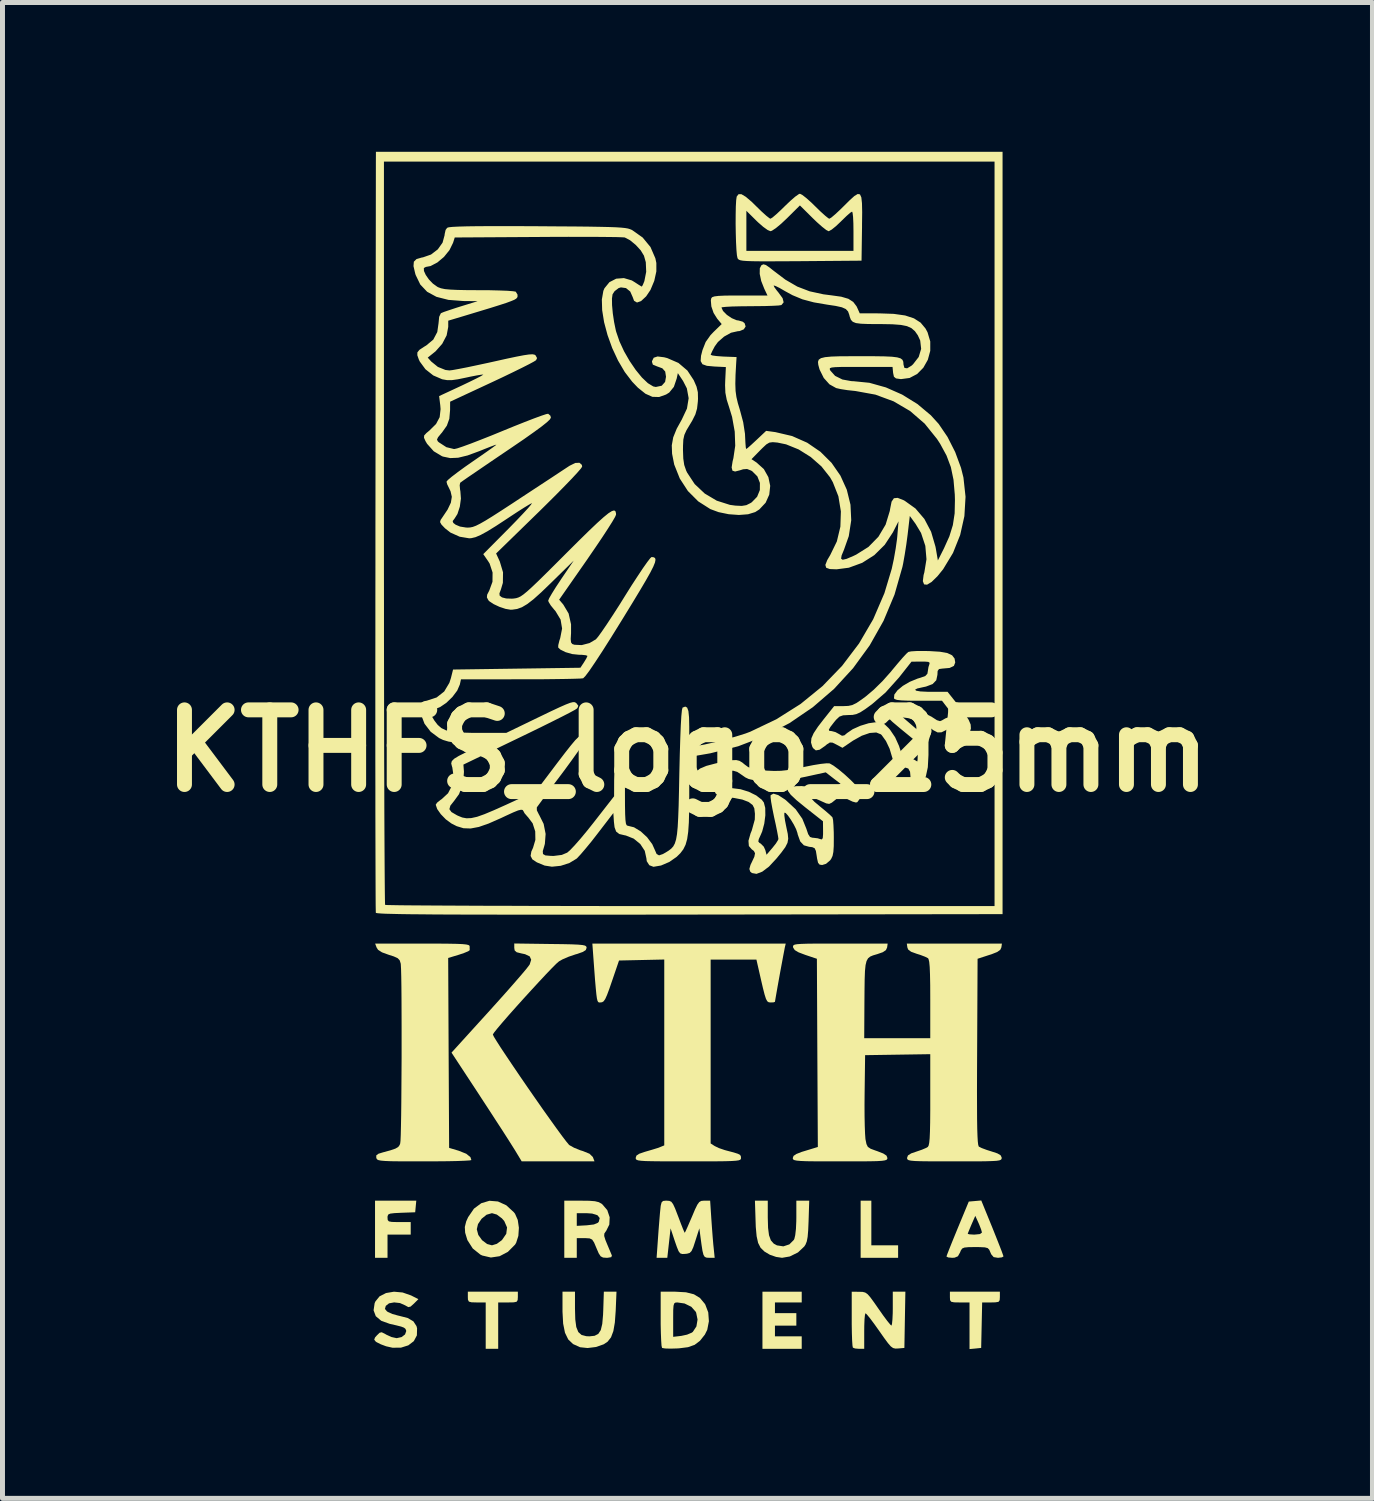
<source format=kicad_pcb>
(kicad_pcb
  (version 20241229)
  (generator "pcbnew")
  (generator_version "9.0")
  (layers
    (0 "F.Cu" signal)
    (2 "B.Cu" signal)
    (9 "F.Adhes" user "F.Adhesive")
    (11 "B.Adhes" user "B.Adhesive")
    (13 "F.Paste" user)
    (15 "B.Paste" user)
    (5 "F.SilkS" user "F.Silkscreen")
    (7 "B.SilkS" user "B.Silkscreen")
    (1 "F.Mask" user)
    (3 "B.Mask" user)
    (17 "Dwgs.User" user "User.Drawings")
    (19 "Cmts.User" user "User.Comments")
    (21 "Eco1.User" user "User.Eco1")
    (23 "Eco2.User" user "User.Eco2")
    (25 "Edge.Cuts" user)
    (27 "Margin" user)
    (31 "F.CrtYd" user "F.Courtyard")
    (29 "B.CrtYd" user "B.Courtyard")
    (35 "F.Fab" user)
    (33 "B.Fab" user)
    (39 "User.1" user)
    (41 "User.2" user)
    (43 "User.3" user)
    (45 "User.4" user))
  (footprint "KTHFS_logo_25mm"
    (layer "F.Cu")
    (at 10.764 12.036)
    (property "Reference" "KTHFS_logo_25mm" (at 0 0 0) (layer "F.SilkS") (effects (font (size 1.5 1.5) (thickness 0.3))))
    (attr board_only exclude_from_pos_files exclude_from_bom)
    (fp_poly (pts (xy 3.695 9.489) (xy 3.695 9.938) (xy 3.964 9.938) (xy 4.233 9.938) (xy 4.233 10.063) (xy 4.233 10.189) (xy 3.857 10.189) (xy 3.48 10.189) (xy 3.48 9.615) (xy 3.48 9.041) (xy 3.588 9.041) (xy 3.695 9.041)) (stroke (width 0) (type solid)) (fill yes) (layer "F.SilkS"))
    (fp_poly (pts (xy -3.408 10.978) (xy -3.412 11.039) (xy -3.433 11.072) (xy -3.491 11.084) (xy -3.602 11.086) (xy -3.606 11.086) (xy -3.803 11.086) (xy -3.803 11.552) (xy -3.803 12.018) (xy -3.928 12.018) (xy -4.054 12.018) (xy -4.054 11.552) (xy -4.054 11.086) (xy -4.233 11.086) (xy -4.34 11.083) (xy -4.392 11.069) (xy -4.411 11.031) (xy -4.413 10.978) (xy -4.413 10.87) (xy -3.91 10.87) (xy -3.408 10.87)) (stroke (width 0) (type solid)) (fill yes) (layer "F.SilkS"))
    (fp_poly (pts (xy 6.278 10.978) (xy 6.274 11.042) (xy 6.25 11.074) (xy 6.187 11.084) (xy 6.1 11.086) (xy 5.922 11.086) (xy 5.912 11.543) (xy 5.902 12) (xy 5.785 12.012) (xy 5.668 12.023) (xy 5.668 11.554) (xy 5.668 11.086) (xy 5.471 11.086) (xy 5.358 11.084) (xy 5.3 11.072) (xy 5.277 11.04) (xy 5.274 10.98) (xy 5.274 10.978) (xy 5.274 10.87) (xy 5.776 10.87) (xy 6.278 10.87)) (stroke (width 0) (type solid)) (fill yes) (layer "F.SilkS"))
    (fp_poly (pts (xy 2.296 10.978) (xy 2.296 11.086) (xy 2.027 11.086) (xy 1.758 11.086) (xy 1.758 11.193) (xy 1.758 11.301) (xy 1.973 11.301) (xy 2.188 11.301) (xy 2.188 11.426) (xy 2.188 11.552) (xy 1.973 11.552) (xy 1.758 11.552) (xy 1.758 11.66) (xy 1.758 11.767) (xy 2.027 11.767) (xy 2.296 11.767) (xy 2.296 11.893) (xy 2.296 12.018) (xy 1.901 12.018) (xy 1.507 12.018) (xy 1.507 11.444) (xy 1.507 10.87) (xy 1.901 10.87) (xy 2.296 10.87)) (stroke (width 0) (type solid)) (fill yes) (layer "F.SilkS"))
    (fp_poly (pts (xy -5.46 9.157) (xy -5.471 9.274) (xy -5.749 9.284) (xy -5.889 9.291) (xy -5.972 9.301) (xy -6.012 9.319) (xy -6.026 9.352) (xy -6.027 9.383) (xy -6.023 9.43) (xy -5.999 9.457) (xy -5.94 9.468) (xy -5.829 9.471) (xy -5.794 9.471) (xy -5.561 9.471) (xy -5.561 9.597) (xy -5.561 9.722) (xy -5.794 9.722) (xy -6.027 9.722) (xy -6.027 9.956) (xy -6.027 10.189) (xy -6.153 10.189) (xy -6.278 10.189) (xy -6.278 9.615) (xy -6.278 9.041) (xy -5.863 9.041) (xy -5.449 9.041)) (stroke (width 0) (type solid)) (fill yes) (layer "F.SilkS"))
    (fp_poly (pts (xy -2.26 11.214) (xy -2.254 11.428) (xy -2.234 11.58) (xy -2.193 11.681) (xy -2.128 11.739) (xy -2.033 11.764) (xy -1.97 11.767) (xy -1.866 11.756) (xy -1.792 11.718) (xy -1.742 11.642) (xy -1.712 11.518) (xy -1.696 11.337) (xy -1.692 11.243) (xy -1.68 10.87) (xy -1.553 10.87) (xy -1.426 10.87) (xy -1.442 11.256) (xy -1.459 11.489) (xy -1.489 11.662) (xy -1.536 11.787) (xy -1.604 11.874) (xy -1.683 11.927) (xy -1.837 11.981) (xy -2.007 12.002) (xy -2.157 11.986) (xy -2.165 11.983) (xy -2.299 11.922) (xy -2.396 11.829) (xy -2.461 11.695) (xy -2.498 11.511) (xy -2.511 11.268) (xy -2.511 11.23) (xy -2.511 10.87) (xy -2.386 10.87) (xy -2.26 10.87)) (stroke (width 0) (type solid)) (fill yes) (layer "F.SilkS"))
    (fp_poly (pts (xy 1.614 9.38) (xy 1.62 9.588) (xy 1.639 9.736) (xy 1.676 9.838) (xy 1.734 9.904) (xy 1.798 9.939) (xy 1.927 9.959) (xy 2.048 9.919) (xy 2.137 9.83) (xy 2.148 9.808) (xy 2.166 9.733) (xy 2.18 9.609) (xy 2.187 9.455) (xy 2.188 9.38) (xy 2.188 9.041) (xy 2.318 9.041) (xy 2.447 9.041) (xy 2.434 9.451) (xy 2.426 9.638) (xy 2.415 9.769) (xy 2.398 9.859) (xy 2.372 9.924) (xy 2.347 9.962) (xy 2.221 10.081) (xy 2.057 10.162) (xy 1.901 10.189) (xy 1.781 10.171) (xy 1.66 10.129) (xy 1.653 10.126) (xy 1.546 10.062) (xy 1.47 9.988) (xy 1.42 9.89) (xy 1.39 9.755) (xy 1.373 9.569) (xy 1.369 9.451) (xy 1.356 9.041) (xy 1.485 9.041) (xy 1.614 9.041)) (stroke (width 0) (type solid)) (fill yes) (layer "F.SilkS"))
    (fp_poly (pts (xy -3.808 9.057) (xy -3.641 9.133) (xy -3.489 9.273) (xy -3.465 9.303) (xy -3.41 9.428) (xy -3.387 9.586) (xy -3.398 9.749) (xy -3.442 9.887) (xy -3.464 9.924) (xy -3.609 10.07) (xy -3.775 10.157) (xy -3.95 10.183) (xy -4.123 10.143) (xy -4.162 10.124) (xy -4.314 10.002) (xy -4.422 9.833) (xy -4.467 9.685) (xy -4.471 9.615) (xy -4.233 9.615) (xy -4.203 9.729) (xy -4.127 9.835) (xy -4.025 9.912) (xy -3.928 9.938) (xy -3.83 9.908) (xy -3.728 9.833) (xy -3.641 9.707) (xy -3.625 9.579) (xy -3.681 9.451) (xy -3.728 9.397) (xy -3.831 9.32) (xy -3.928 9.292) (xy -4.036 9.323) (xy -4.136 9.404) (xy -4.209 9.512) (xy -4.233 9.615) (xy -4.471 9.615) (xy -4.474 9.57) (xy -4.446 9.458) (xy -4.407 9.372) (xy -4.29 9.201) (xy -4.143 9.092) (xy -3.979 9.043)) (stroke (width 0) (type solid)) (fill yes) (layer "F.SilkS"))
    (fp_poly (pts (xy -0.242 10.87) (xy -0.029 10.882) (xy 0.13 10.922) (xy 0.251 10.996) (xy 0.347 11.111) (xy 0.359 11.13) (xy 0.418 11.286) (xy 0.431 11.464) (xy 0.398 11.635) (xy 0.35 11.732) (xy 0.251 11.857) (xy 0.144 11.938) (xy 0.011 11.985) (xy -0.17 12.008) (xy -0.205 12.01) (xy -0.34 12.014) (xy -0.448 12.011) (xy -0.507 12.001) (xy -0.511 11.998) (xy -0.521 11.954) (xy -0.528 11.852) (xy -0.531 11.777) (xy -0.287 11.777) (xy -0.124 11.758) (xy -0.008 11.733) (xy 0.087 11.693) (xy 0.108 11.677) (xy 0.18 11.568) (xy 0.203 11.43) (xy 0.175 11.292) (xy 0.166 11.273) (xy 0.077 11.173) (xy -0.058 11.107) (xy -0.203 11.086) (xy -0.242 11.089) (xy -0.266 11.106) (xy -0.28 11.152) (xy -0.286 11.24) (xy -0.287 11.382) (xy -0.287 11.431) (xy -0.287 11.777) (xy -0.531 11.777) (xy -0.534 11.704) (xy -0.538 11.524) (xy -0.538 11.42) (xy -0.538 10.87)) (stroke (width 0) (type solid)) (fill yes) (layer "F.SilkS"))
    (fp_poly (pts (xy 4.369 11.435) (xy 4.359 12) (xy 4.233 12.011) (xy 4.178 12.013) (xy 4.132 12.002) (xy 4.086 11.969) (xy 4.029 11.903) (xy 3.95 11.796) (xy 3.856 11.662) (xy 3.758 11.524) (xy 3.673 11.41) (xy 3.61 11.333) (xy 3.579 11.302) (xy 3.579 11.302) (xy 3.567 11.335) (xy 3.558 11.424) (xy 3.553 11.555) (xy 3.552 11.66) (xy 3.552 12.018) (xy 3.45 12.018) (xy 3.368 12.011) (xy 3.324 11.994) (xy 3.316 11.952) (xy 3.309 11.851) (xy 3.304 11.704) (xy 3.301 11.524) (xy 3.301 11.42) (xy 3.301 10.87) (xy 3.453 10.872) (xy 3.52 10.874) (xy 3.572 10.887) (xy 3.62 10.92) (xy 3.676 10.984) (xy 3.752 11.088) (xy 3.839 11.213) (xy 3.933 11.347) (xy 4.014 11.456) (xy 4.073 11.528) (xy 4.099 11.552) (xy 4.11 11.519) (xy 4.119 11.429) (xy 4.125 11.299) (xy 4.126 11.211) (xy 4.126 10.87) (xy 4.252 10.87) (xy 4.379 10.87)) (stroke (width 0) (type solid)) (fill yes) (layer "F.SilkS"))
    (fp_poly (pts (xy -1.972 9.043) (xy -1.859 9.052) (xy -1.782 9.071) (xy -1.724 9.103) (xy -1.712 9.113) (xy -1.611 9.231) (xy -1.563 9.374) (xy -1.57 9.521) (xy -1.635 9.652) (xy -1.642 9.659) (xy -1.67 9.701) (xy -1.673 9.751) (xy -1.649 9.83) (xy -1.616 9.91) (xy -1.569 10.022) (xy -1.532 10.11) (xy -1.518 10.144) (xy -1.531 10.176) (xy -1.608 10.189) (xy -1.624 10.189) (xy -1.696 10.184) (xy -1.744 10.159) (xy -1.784 10.098) (xy -1.83 9.991) (xy -1.876 9.882) (xy -1.915 9.823) (xy -1.965 9.799) (xy -2.044 9.794) (xy -2.067 9.794) (xy -2.224 9.794) (xy -2.224 9.991) (xy -2.224 10.189) (xy -2.35 10.189) (xy -2.475 10.189) (xy -2.475 9.615) (xy -2.475 9.292) (xy -2.224 9.292) (xy -2.224 9.419) (xy -2.224 9.547) (xy -2.022 9.536) (xy -1.88 9.519) (xy -1.8 9.485) (xy -1.782 9.465) (xy -1.763 9.39) (xy -1.809 9.333) (xy -1.915 9.3) (xy -2.031 9.292) (xy -2.224 9.292) (xy -2.475 9.292) (xy -2.475 9.041) (xy -2.139 9.041)) (stroke (width 0) (type solid)) (fill yes) (layer "F.SilkS"))
    (fp_poly (pts (xy 6.128 9.586) (xy 6.202 9.771) (xy 6.266 9.933) (xy 6.315 10.059) (xy 6.344 10.14) (xy 6.35 10.162) (xy 6.319 10.18) (xy 6.243 10.189) (xy 6.239 10.189) (xy 6.153 10.175) (xy 6.104 10.118) (xy 6.088 10.081) (xy 6.064 10.026) (xy 6.033 9.994) (xy 5.976 9.979) (xy 5.876 9.974) (xy 5.783 9.973) (xy 5.647 9.975) (xy 5.565 9.983) (xy 5.52 10.003) (xy 5.493 10.043) (xy 5.478 10.081) (xy 5.435 10.158) (xy 5.369 10.186) (xy 5.32 10.189) (xy 5.241 10.182) (xy 5.205 10.164) (xy 5.205 10.162) (xy 5.219 10.121) (xy 5.256 10.026) (xy 5.311 9.888) (xy 5.38 9.719) (xy 5.385 9.707) (xy 5.632 9.707) (xy 5.664 9.717) (xy 5.744 9.722) (xy 5.776 9.722) (xy 5.878 9.712) (xy 5.917 9.682) (xy 5.917 9.677) (xy 5.901 9.619) (xy 5.865 9.526) (xy 5.849 9.489) (xy 5.784 9.346) (xy 5.708 9.519) (xy 5.666 9.619) (xy 5.638 9.689) (xy 5.632 9.707) (xy 5.385 9.707) (xy 5.43 9.597) (xy 5.653 9.059) (xy 5.779 9.048) (xy 5.904 9.037)) (stroke (width 0) (type solid)) (fill yes) (layer "F.SilkS"))
    (fp_poly (pts (xy -5.723 10.886) (xy -5.554 10.945) (xy -5.407 11.02) (xy -5.498 11.111) (xy -5.563 11.169) (xy -5.608 11.18) (xy -5.665 11.149) (xy -5.673 11.144) (xy -5.777 11.098) (xy -5.894 11.085) (xy -5.997 11.104) (xy -6.062 11.155) (xy -6.062 11.156) (xy -6.079 11.216) (xy -6.04 11.263) (xy -6.019 11.278) (xy -5.929 11.318) (xy -5.814 11.35) (xy -5.795 11.354) (xy -5.62 11.399) (xy -5.507 11.466) (xy -5.445 11.561) (xy -5.433 11.606) (xy -5.437 11.748) (xy -5.499 11.864) (xy -5.609 11.948) (xy -5.755 11.994) (xy -5.926 11.996) (xy -6.055 11.967) (xy -6.162 11.927) (xy -6.245 11.885) (xy -6.263 11.873) (xy -6.294 11.835) (xy -6.279 11.791) (xy -6.24 11.747) (xy -6.186 11.695) (xy -6.144 11.685) (xy -6.08 11.716) (xy -6.05 11.734) (xy -5.947 11.781) (xy -5.847 11.803) (xy -5.841 11.803) (xy -5.745 11.782) (xy -5.675 11.729) (xy -5.651 11.662) (xy -5.655 11.642) (xy -5.67 11.613) (xy -5.698 11.592) (xy -5.753 11.571) (xy -5.851 11.546) (xy -5.983 11.516) (xy -6.154 11.454) (xy -6.263 11.362) (xy -6.307 11.244) (xy -6.286 11.102) (xy -6.271 11.067) (xy -6.188 10.964) (xy -6.057 10.897) (xy -5.897 10.87)) (stroke (width 0) (type solid)) (fill yes) (layer "F.SilkS"))
    (fp_poly (pts (xy 0.48 9.408) (xy 0.493 9.592) (xy 0.507 9.774) (xy 0.52 9.927) (xy 0.526 9.982) (xy 0.547 10.189) (xy 0.438 10.189) (xy 0.385 10.186) (xy 0.348 10.171) (xy 0.322 10.129) (xy 0.302 10.05) (xy 0.282 9.921) (xy 0.265 9.794) (xy 0.239 9.597) (xy 0.159 9.848) (xy 0.117 9.977) (xy 0.082 10.053) (xy 0.045 10.091) (xy -0.007 10.106) (xy -0.042 10.11) (xy -0.104 10.113) (xy -0.146 10.099) (xy -0.179 10.055) (xy -0.214 9.968) (xy -0.252 9.859) (xy -0.339 9.597) (xy -0.372 9.893) (xy -0.405 10.189) (xy -0.512 10.189) (xy -0.62 10.189) (xy -0.595 9.839) (xy -0.582 9.655) (xy -0.567 9.468) (xy -0.554 9.309) (xy -0.55 9.265) (xy -0.537 9.143) (xy -0.52 9.076) (xy -0.491 9.047) (xy -0.439 9.041) (xy -0.417 9.041) (xy -0.364 9.045) (xy -0.324 9.063) (xy -0.289 9.11) (xy -0.249 9.196) (xy -0.195 9.336) (xy -0.184 9.364) (xy -0.132 9.502) (xy -0.089 9.611) (xy -0.061 9.675) (xy -0.055 9.686) (xy -0.038 9.656) (xy -0.00016 9.573) (xy 0.052 9.452) (xy 0.09 9.364) (xy 0.153 9.215) (xy 0.199 9.121) (xy 0.237 9.069) (xy 0.277 9.046) (xy 0.328 9.041) (xy 0.341 9.041) (xy 0.456 9.041)) (stroke (width 0) (type solid)) (fill yes) (layer "F.SilkS"))
    (fp_poly (pts (xy -5.037 3.875) (xy -4.812 3.877) (xy -4.644 3.88) (xy -4.524 3.885) (xy -4.445 3.893) (xy -4.399 3.904) (xy -4.38 3.918) (xy -4.377 3.928) (xy -4.376 3.992) (xy -4.375 4.007) (xy -4.405 4.029) (xy -4.487 4.063) (xy -4.59 4.098) (xy -4.808 4.164) (xy -4.799 6.072) (xy -4.789 7.98) (xy -4.598 8.037) (xy -4.445 8.098) (xy -4.361 8.166) (xy -4.342 8.225) (xy -4.376 8.232) (xy -4.472 8.238) (xy -4.622 8.244) (xy -4.815 8.248) (xy -5.043 8.25) (xy -5.287 8.251) (xy -5.572 8.251) (xy -5.794 8.25) (xy -5.96 8.248) (xy -6.079 8.243) (xy -6.159 8.236) (xy -6.209 8.226) (xy -6.236 8.212) (xy -6.248 8.193) (xy -6.253 8.18) (xy -6.253 8.131) (xy -6.21 8.098) (xy -6.122 8.071) (xy -5.968 8.029) (xy -5.869 7.995) (xy -5.812 7.962) (xy -5.783 7.921) (xy -5.772 7.89) (xy -5.766 7.836) (xy -5.761 7.718) (xy -5.757 7.546) (xy -5.753 7.329) (xy -5.75 7.074) (xy -5.748 6.791) (xy -5.746 6.487) (xy -5.744 6.173) (xy -5.744 5.857) (xy -5.744 5.546) (xy -5.745 5.25) (xy -5.746 4.978) (xy -5.748 4.738) (xy -5.751 4.538) (xy -5.755 4.388) (xy -5.76 4.296) (xy -5.762 4.276) (xy -5.782 4.212) (xy -5.822 4.169) (xy -5.9 4.133) (xy -6 4.101) (xy -6.138 4.051) (xy -6.217 4) (xy -6.246 3.955) (xy -6.276 3.875) (xy -5.326 3.875)) (stroke (width 0) (type solid)) (fill yes) (layer "F.SilkS"))
    (fp_poly (pts (xy -2.753 3.883) (xy -2.508 3.886) (xy -2.325 3.89) (xy -2.195 3.896) (xy -2.11 3.904) (xy -2.059 3.915) (xy -2.035 3.931) (xy -2.027 3.952) (xy -2.027 3.961) (xy -2.043 4.005) (xy -2.101 4.042) (xy -2.213 4.082) (xy -2.25 4.092) (xy -2.388 4.139) (xy -2.513 4.193) (xy -2.581 4.232) (xy -2.635 4.279) (xy -2.724 4.368) (xy -2.842 4.491) (xy -2.98 4.639) (xy -3.131 4.803) (xy -3.288 4.975) (xy -3.443 5.147) (xy -3.587 5.309) (xy -3.714 5.455) (xy -3.815 5.574) (xy -3.883 5.659) (xy -3.91 5.7) (xy -3.91 5.702) (xy -3.891 5.744) (xy -3.834 5.837) (xy -3.748 5.972) (xy -3.636 6.14) (xy -3.505 6.335) (xy -3.361 6.547) (xy -3.208 6.77) (xy -3.053 6.993) (xy -2.901 7.211) (xy -2.757 7.413) (xy -2.628 7.593) (xy -2.519 7.742) (xy -2.435 7.852) (xy -2.383 7.915) (xy -2.372 7.925) (xy -2.279 7.977) (xy -2.156 8.027) (xy -2.101 8.044) (xy -1.968 8.098) (xy -1.901 8.164) (xy -1.897 8.174) (xy -1.868 8.251) (xy -2.6 8.251) (xy -3.331 8.251) (xy -3.466 8.027) (xy -3.522 7.938) (xy -3.61 7.799) (xy -3.724 7.621) (xy -3.859 7.414) (xy -4.006 7.187) (xy -4.16 6.952) (xy -4.171 6.934) (xy -4.741 6.066) (xy -3.982 5.23) (xy -3.793 5.02) (xy -3.617 4.823) (xy -3.462 4.646) (xy -3.333 4.497) (xy -3.237 4.383) (xy -3.181 4.31) (xy -3.17 4.294) (xy -3.14 4.199) (xy -3.17 4.132) (xy -3.263 4.088) (xy -3.339 4.072) (xy -3.431 4.049) (xy -3.472 4.013) (xy -3.48 3.96) (xy -3.48 3.873)) (stroke (width 0) (type solid)) (fill yes) (layer "F.SilkS"))
    (fp_poly (pts (xy 6.332 -4.377) (xy 6.332 3.283) (xy 0.044 3.292) (xy -0.772 3.293) (xy -1.519 3.294) (xy -2.199 3.294) (xy -2.815 3.294) (xy -3.371 3.294) (xy -3.868 3.293) (xy -4.31 3.293) (xy -4.698 3.291) (xy -5.036 3.29) (xy -5.327 3.287) (xy -5.573 3.285) (xy -5.776 3.282) (xy -5.94 3.278) (xy -6.068 3.275) (xy -6.161 3.27) (xy -6.222 3.265) (xy -6.255 3.26) (xy -6.262 3.256) (xy -6.263 3.216) (xy -6.265 3.108) (xy -6.266 2.935) (xy -6.267 2.7) (xy -6.268 2.406) (xy -6.269 2.058) (xy -6.27 1.657) (xy -6.271 1.208) (xy -6.271 0.714) (xy -6.272 0.178) (xy -6.272 -0.397) (xy -6.272 -1.006) (xy -6.272 -1.648) (xy -6.271 -2.318) (xy -6.271 -3.014) (xy -6.27 -3.731) (xy -6.27 -4.413) (xy -6.261 -11.839) (xy -6.099 -11.839) (xy -6.099 -4.383) (xy -6.099 -3.657) (xy -6.098 -2.949) (xy -6.098 -2.264) (xy -6.097 -1.605) (xy -6.096 -0.975) (xy -6.095 -0.378) (xy -6.094 0.184) (xy -6.092 0.706) (xy -6.091 1.186) (xy -6.089 1.621) (xy -6.087 2.006) (xy -6.085 2.338) (xy -6.083 2.615) (xy -6.081 2.832) (xy -6.079 2.987) (xy -6.077 3.076) (xy -6.075 3.097) (xy -6.037 3.1) (xy -5.931 3.102) (xy -5.761 3.105) (xy -5.53 3.107) (xy -5.242 3.109) (xy -4.901 3.111) (xy -4.51 3.113) (xy -4.074 3.115) (xy -3.595 3.116) (xy -3.078 3.118) (xy -2.526 3.119) (xy -1.943 3.12) (xy -1.333 3.121) (xy -0.699 3.121) (xy -0.045 3.121) (xy 0.06 3.121) (xy 6.171 3.121) (xy 6.171 -4.359) (xy 6.171 -11.839) (xy 0.036 -11.839) (xy -6.099 -11.839) (xy -6.261 -11.839) (xy -6.26 -12.036) (xy 0.036 -12.036) (xy 6.332 -12.036)) (stroke (width 0) (type solid)) (fill yes) (layer "F.SilkS"))
    (fp_poly (pts (xy 1.956 3.955) (xy 1.945 4.014) (xy 1.924 4.124) (xy 1.897 4.269) (xy 1.866 4.435) (xy 1.835 4.606) (xy 1.806 4.768) (xy 1.782 4.905) (xy 1.765 5.003) (xy 1.758 5.046) (xy 1.758 5.046) (xy 1.727 5.056) (xy 1.67 5.058) (xy 1.633 5.054) (xy 1.604 5.034) (xy 1.578 4.986) (xy 1.55 4.899) (xy 1.515 4.761) (xy 1.484 4.628) (xy 1.386 4.197) (xy 0.926 4.197) (xy 0.466 4.197) (xy 0.466 6.044) (xy 0.466 7.891) (xy 0.547 7.943) (xy 0.632 7.984) (xy 0.749 8.024) (xy 0.789 8.035) (xy 0.93 8.072) (xy 1.015 8.099) (xy 1.059 8.123) (xy 1.074 8.152) (xy 1.076 8.182) (xy 1.074 8.202) (xy 1.061 8.218) (xy 1.03 8.23) (xy 0.974 8.238) (xy 0.885 8.244) (xy 0.755 8.248) (xy 0.577 8.25) (xy 0.342 8.251) (xy 0.045 8.251) (xy 0.018 8.251) (xy -0.285 8.251) (xy -0.524 8.25) (xy -0.706 8.248) (xy -0.84 8.245) (xy -0.932 8.239) (xy -0.991 8.231) (xy -1.023 8.219) (xy -1.037 8.204) (xy -1.04 8.184) (xy -1.04 8.181) (xy -1.025 8.135) (xy -0.969 8.098) (xy -0.858 8.06) (xy -0.834 8.053) (xy -0.707 8.016) (xy -0.597 7.982) (xy -0.547 7.963) (xy -0.466 7.93) (xy -0.466 6.063) (xy -0.466 4.195) (xy -0.921 4.205) (xy -1.375 4.215) (xy -1.504 4.593) (xy -1.568 4.779) (xy -1.616 4.908) (xy -1.653 4.99) (xy -1.685 5.035) (xy -1.717 5.054) (xy -1.755 5.058) (xy -1.777 5.058) (xy -1.793 5.049) (xy -1.807 5.026) (xy -1.819 4.978) (xy -1.83 4.898) (xy -1.842 4.776) (xy -1.857 4.606) (xy -1.874 4.378) (xy -1.888 4.188) (xy -1.911 3.875) (xy 0.032 3.875) (xy 1.975 3.875)) (stroke (width 0) (type solid)) (fill yes) (layer "F.SilkS"))
    (fp_poly (pts (xy 2.308 -11.169) (xy 2.391 -11.104) (xy 2.497 -11.009) (xy 2.565 -10.942) (xy 2.675 -10.835) (xy 2.768 -10.751) (xy 2.832 -10.7) (xy 2.852 -10.691) (xy 2.892 -10.715) (xy 2.969 -10.78) (xy 3.07 -10.874) (xy 3.139 -10.942) (xy 3.262 -11.064) (xy 3.355 -11.148) (xy 3.422 -11.188) (xy 3.467 -11.18) (xy 3.494 -11.12) (xy 3.507 -11.003) (xy 3.511 -10.824) (xy 3.508 -10.579) (xy 3.508 -10.521) (xy 3.498 -9.848) (xy 2.271 -9.838) (xy 1.941 -9.836) (xy 1.677 -9.835) (xy 1.469 -9.835) (xy 1.311 -9.837) (xy 1.196 -9.841) (xy 1.116 -9.847) (xy 1.064 -9.856) (xy 1.033 -9.868) (xy 1.015 -9.884) (xy 1.006 -9.899) (xy 0.994 -9.957) (xy 0.986 -10.045) (xy 1.184 -10.045) (xy 2.26 -10.045) (xy 3.336 -10.045) (xy 3.336 -10.44) (xy 3.334 -10.598) (xy 3.328 -10.727) (xy 3.318 -10.81) (xy 3.308 -10.834) (xy 3.271 -10.811) (xy 3.199 -10.748) (xy 3.106 -10.658) (xy 3.085 -10.637) (xy 2.986 -10.543) (xy 2.899 -10.473) (xy 2.842 -10.441) (xy 2.836 -10.44) (xy 2.789 -10.464) (xy 2.706 -10.529) (xy 2.6 -10.623) (xy 2.521 -10.699) (xy 2.26 -10.958) (xy 1.999 -10.699) (xy 1.882 -10.589) (xy 1.777 -10.502) (xy 1.698 -10.45) (xy 1.668 -10.44) (xy 1.611 -10.464) (xy 1.522 -10.528) (xy 1.418 -10.619) (xy 1.391 -10.645) (xy 1.184 -10.85) (xy 1.184 -10.448) (xy 1.184 -10.045) (xy 0.986 -10.045) (xy 0.984 -10.07) (xy 0.976 -10.225) (xy 0.971 -10.404) (xy 0.968 -10.593) (xy 0.969 -10.776) (xy 0.972 -10.937) (xy 0.979 -11.061) (xy 0.989 -11.133) (xy 0.99 -11.136) (xy 1.027 -11.184) (xy 1.086 -11.183) (xy 1.173 -11.131) (xy 1.295 -11.027) (xy 1.381 -10.942) (xy 1.491 -10.835) (xy 1.584 -10.751) (xy 1.649 -10.7) (xy 1.668 -10.691) (xy 1.708 -10.715) (xy 1.785 -10.78) (xy 1.886 -10.874) (xy 1.955 -10.942) (xy 2.067 -11.049) (xy 2.165 -11.134) (xy 2.236 -11.184) (xy 2.26 -11.193)) (stroke (width 0) (type solid)) (fill yes) (layer "F.SilkS"))
    (fp_poly (pts (xy 4.012 3.954) (xy 3.988 4.006) (xy 3.926 4.048) (xy 3.808 4.089) (xy 3.803 4.09) (xy 3.729 4.112) (xy 3.672 4.136) (xy 3.629 4.171) (xy 3.599 4.225) (xy 3.579 4.307) (xy 3.567 4.427) (xy 3.561 4.594) (xy 3.558 4.815) (xy 3.556 5.067) (xy 3.552 5.776) (xy 4.215 5.776) (xy 4.879 5.776) (xy 4.879 4.991) (xy 4.878 4.713) (xy 4.874 4.499) (xy 4.868 4.345) (xy 4.858 4.242) (xy 4.844 4.185) (xy 4.834 4.169) (xy 4.775 4.139) (xy 4.675 4.101) (xy 4.61 4.081) (xy 4.494 4.039) (xy 4.435 3.994) (xy 4.419 3.952) (xy 4.408 3.875) (xy 5.363 3.875) (xy 6.319 3.875) (xy 6.308 3.952) (xy 6.285 4.001) (xy 6.224 4.044) (xy 6.111 4.089) (xy 6.063 4.104) (xy 5.83 4.18) (xy 5.821 6.049) (xy 5.819 6.482) (xy 5.818 6.848) (xy 5.819 7.153) (xy 5.82 7.4) (xy 5.823 7.594) (xy 5.828 7.742) (xy 5.834 7.847) (xy 5.842 7.915) (xy 5.852 7.949) (xy 5.856 7.955) (xy 5.914 7.984) (xy 6.016 8.022) (xy 6.108 8.051) (xy 6.229 8.091) (xy 6.293 8.129) (xy 6.314 8.173) (xy 6.314 8.181) (xy 6.312 8.202) (xy 6.299 8.218) (xy 6.268 8.231) (xy 6.21 8.24) (xy 6.118 8.245) (xy 5.984 8.249) (xy 5.799 8.251) (xy 5.555 8.251) (xy 5.363 8.251) (xy 5.078 8.251) (xy 4.856 8.25) (xy 4.69 8.248) (xy 4.572 8.244) (xy 4.493 8.237) (xy 4.445 8.227) (xy 4.422 8.213) (xy 4.414 8.195) (xy 4.413 8.181) (xy 4.431 8.132) (xy 4.495 8.091) (xy 4.597 8.056) (xy 4.711 8.017) (xy 4.8 7.979) (xy 4.83 7.961) (xy 4.846 7.934) (xy 4.858 7.879) (xy 4.867 7.787) (xy 4.873 7.652) (xy 4.877 7.466) (xy 4.879 7.22) (xy 4.879 7.008) (xy 4.879 6.097) (xy 4.224 6.107) (xy 3.57 6.117) (xy 3.56 6.88) (xy 3.558 7.118) (xy 3.559 7.343) (xy 3.563 7.54) (xy 3.569 7.695) (xy 3.576 7.796) (xy 3.578 7.81) (xy 3.597 7.903) (xy 3.625 7.96) (xy 3.682 7.998) (xy 3.785 8.036) (xy 3.812 8.045) (xy 3.935 8.093) (xy 4 8.136) (xy 4.018 8.183) (xy 4.015 8.203) (xy 4.001 8.219) (xy 3.968 8.231) (xy 3.908 8.24) (xy 3.812 8.246) (xy 3.674 8.249) (xy 3.484 8.251) (xy 3.234 8.251) (xy 3.067 8.251) (xy 2.782 8.251) (xy 2.56 8.25) (xy 2.394 8.248) (xy 2.275 8.243) (xy 2.196 8.236) (xy 2.149 8.226) (xy 2.125 8.213) (xy 2.117 8.195) (xy 2.117 8.183) (xy 2.132 8.141) (xy 2.188 8.103) (xy 2.295 8.061) (xy 2.368 8.039) (xy 2.62 7.962) (xy 2.61 6.071) (xy 2.601 4.18) (xy 2.368 4.102) (xy 2.233 4.051) (xy 2.157 4.006) (xy 2.125 3.958) (xy 2.123 3.949) (xy 2.121 3.927) (xy 2.129 3.91) (xy 2.154 3.896) (xy 2.204 3.887) (xy 2.287 3.881) (xy 2.412 3.877) (xy 2.585 3.875) (xy 2.815 3.875) (xy 3.067 3.875) (xy 4.023 3.875)) (stroke (width 0) (type solid)) (fill yes) (layer "F.SilkS"))
    (fp_poly (pts (xy 4.86 -2.003) (xy 5.073 -1.99) (xy 5.223 -1.963) (xy 5.318 -1.918) (xy 5.368 -1.853) (xy 5.381 -1.774) (xy 5.354 -1.705) (xy 5.268 -1.664) (xy 5.121 -1.651) (xy 5.055 -1.642) (xy 5.027 -1.603) (xy 5.023 -1.526) (xy 5 -1.417) (xy 4.926 -1.34) (xy 4.794 -1.29) (xy 4.728 -1.276) (xy 4.617 -1.251) (xy 4.574 -1.227) (xy 4.596 -1.207) (xy 4.681 -1.192) (xy 4.825 -1.185) (xy 4.889 -1.184) (xy 5.227 -1.184) (xy 5.448 -0.906) (xy 5.572 -0.744) (xy 5.651 -0.621) (xy 5.691 -0.527) (xy 5.696 -0.447) (xy 5.674 -0.374) (xy 5.615 -0.302) (xy 5.535 -0.298) (xy 5.434 -0.362) (xy 5.41 -0.384) (xy 5.341 -0.445) (xy 5.292 -0.461) (xy 5.233 -0.436) (xy 5.205 -0.42) (xy 5.106 -0.371) (xy 5.028 -0.368) (xy 4.942 -0.412) (xy 4.9 -0.443) (xy 4.738 -0.552) (xy 4.589 -0.618) (xy 4.467 -0.649) (xy 4.324 -0.675) (xy 4.434 -0.58) (xy 4.529 -0.498) (xy 4.642 -0.4) (xy 4.694 -0.355) (xy 4.843 -0.226) (xy 4.843 0.086) (xy 4.83 0.332) (xy 4.791 0.514) (xy 4.725 0.634) (xy 4.669 0.679) (xy 4.608 0.708) (xy 4.585 0.715) (xy 4.547 0.701) (xy 4.529 0.694) (xy 4.5 0.649) (xy 4.484 0.563) (xy 4.484 0.544) (xy 4.473 0.422) (xy 4.437 0.357) (xy 4.364 0.333) (xy 4.332 0.332) (xy 4.219 0.31) (xy 4.148 0.238) (xy 4.109 0.117) (xy 4.062 -0.041) (xy 3.989 -0.195) (xy 3.904 -0.313) (xy 3.887 -0.33) (xy 3.794 -0.367) (xy 3.662 -0.357) (xy 3.503 -0.302) (xy 3.328 -0.204) (xy 3.306 -0.189) (xy 3.115 -0.059) (xy 2.994 -0.124) (xy 2.915 -0.163) (xy 2.862 -0.166) (xy 2.803 -0.129) (xy 2.761 -0.094) (xy 2.656 -0.021) (xy 2.58 -0.007) (xy 2.524 -0.053) (xy 2.506 -0.087) (xy 2.483 -0.167) (xy 2.491 -0.252) (xy 2.536 -0.353) (xy 2.583 -0.424) (xy 2.841 -0.424) (xy 2.85 -0.4) (xy 2.897 -0.395) (xy 2.898 -0.395) (xy 2.974 -0.375) (xy 3.044 -0.337) (xy 3.106 -0.301) (xy 3.154 -0.31) (xy 3.208 -0.356) (xy 3.321 -0.433) (xy 3.475 -0.502) (xy 3.642 -0.553) (xy 3.791 -0.574) (xy 3.8 -0.574) (xy 3.891 -0.566) (xy 3.962 -0.532) (xy 4.04 -0.457) (xy 4.071 -0.422) (xy 4.173 -0.271) (xy 4.252 -0.095) (xy 4.262 -0.063) (xy 4.3 0.054) (xy 4.335 0.116) (xy 4.377 0.141) (xy 4.413 0.144) (xy 4.505 0.158) (xy 4.556 0.179) (xy 4.606 0.209) (xy 4.619 0.215) (xy 4.624 0.183) (xy 4.627 0.1) (xy 4.627 0.027) (xy 4.626 -0.161) (xy 4.284 -0.441) (xy 4.119 -0.58) (xy 4.012 -0.684) (xy 3.961 -0.757) (xy 3.965 -0.806) (xy 4.022 -0.836) (xy 4.131 -0.852) (xy 4.18 -0.855) (xy 4.46 -0.845) (xy 4.708 -0.785) (xy 4.914 -0.679) (xy 4.915 -0.677) (xy 5.013 -0.614) (xy 5.075 -0.595) (xy 5.113 -0.61) (xy 5.184 -0.651) (xy 5.255 -0.676) (xy 5.348 -0.701) (xy 5.232 -0.853) (xy 5.115 -1.005) (xy 4.642 -1.005) (xy 4.44 -1.006) (xy 4.299 -1.012) (xy 4.21 -1.022) (xy 4.163 -1.039) (xy 4.15 -1.054) (xy 4.157 -1.129) (xy 4.221 -1.215) (xy 4.328 -1.304) (xy 4.466 -1.385) (xy 4.624 -1.45) (xy 4.682 -1.467) (xy 4.779 -1.502) (xy 4.821 -1.547) (xy 4.828 -1.586) (xy 4.843 -1.682) (xy 4.859 -1.731) (xy 4.867 -1.767) (xy 4.84 -1.786) (xy 4.764 -1.792) (xy 4.695 -1.792) (xy 4.502 -1.79) (xy 4.251 -1.472) (xy 3.981 -1.171) (xy 3.709 -0.936) (xy 3.571 -0.835) (xy 3.471 -0.771) (xy 3.393 -0.736) (xy 3.317 -0.72) (xy 3.239 -0.718) (xy 3.128 -0.712) (xy 3.054 -0.686) (xy 2.987 -0.623) (xy 2.948 -0.576) (xy 2.873 -0.479) (xy 2.841 -0.424) (xy 2.583 -0.424) (xy 2.622 -0.483) (xy 2.729 -0.622) (xy 2.948 -0.897) (xy 3.136 -0.897) (xy 3.232 -0.901) (xy 3.311 -0.918) (xy 3.394 -0.958) (xy 3.499 -1.029) (xy 3.583 -1.091) (xy 3.744 -1.227) (xy 3.921 -1.401) (xy 4.09 -1.591) (xy 4.113 -1.62) (xy 4.224 -1.753) (xy 4.322 -1.867) (xy 4.397 -1.948) (xy 4.437 -1.985) (xy 4.494 -1.997) (xy 4.604 -2.004) (xy 4.75 -2.005)) (stroke (width 0) (type solid)) (fill yes) (layer "F.SilkS"))
    (fp_poly (pts (xy 1.044 0.202) (xy 1.101 0.236) (xy 1.152 0.278) (xy 1.219 0.327) (xy 1.292 0.36) (xy 1.39 0.38) (xy 1.534 0.395) (xy 1.587 0.399) (xy 1.742 0.406) (xy 1.88 0.403) (xy 2.025 0.387) (xy 2.2 0.356) (xy 2.347 0.325) (xy 2.526 0.289) (xy 2.68 0.264) (xy 2.796 0.252) (xy 2.857 0.254) (xy 2.857 0.254) (xy 2.935 0.299) (xy 3.043 0.379) (xy 3.163 0.48) (xy 3.279 0.587) (xy 3.376 0.685) (xy 3.437 0.761) (xy 3.448 0.781) (xy 3.469 0.886) (xy 3.455 0.977) (xy 3.413 1.033) (xy 3.385 1.04) (xy 3.318 1.022) (xy 3.226 0.978) (xy 3.206 0.966) (xy 3.085 0.891) (xy 2.975 0.984) (xy 2.901 1.043) (xy 2.848 1.068) (xy 2.79 1.058) (xy 2.698 1.017) (xy 2.673 1.005) (xy 2.552 0.952) (xy 2.492 0.938) (xy 2.492 0.962) (xy 2.551 1.025) (xy 2.659 1.116) (xy 2.769 1.206) (xy 2.858 1.283) (xy 2.909 1.333) (xy 2.914 1.34) (xy 2.926 1.392) (xy 2.934 1.497) (xy 2.94 1.64) (xy 2.941 1.744) (xy 2.94 1.916) (xy 2.932 2.033) (xy 2.916 2.113) (xy 2.889 2.171) (xy 2.867 2.202) (xy 2.785 2.272) (xy 2.707 2.296) (xy 2.655 2.288) (xy 2.624 2.25) (xy 2.605 2.166) (xy 2.598 2.119) (xy 2.581 2.013) (xy 2.556 1.959) (xy 2.508 1.937) (xy 2.445 1.93) (xy 2.339 1.9) (xy 2.266 1.822) (xy 2.217 1.686) (xy 2.209 1.65) (xy 2.183 1.575) (xy 2.136 1.481) (xy 2.078 1.385) (xy 2.02 1.302) (xy 1.973 1.25) (xy 1.947 1.245) (xy 1.947 1.246) (xy 1.947 1.302) (xy 1.961 1.405) (xy 1.987 1.534) (xy 1.989 1.544) (xy 2.016 1.672) (xy 2.025 1.768) (xy 2.01 1.851) (xy 1.966 1.938) (xy 1.886 2.047) (xy 1.785 2.17) (xy 1.638 2.328) (xy 1.503 2.43) (xy 1.387 2.474) (xy 1.295 2.457) (xy 1.261 2.428) (xy 1.244 2.375) (xy 1.267 2.293) (xy 1.292 2.241) (xy 1.344 2.13) (xy 1.358 2.06) (xy 1.335 2.014) (xy 1.292 1.981) (xy 1.234 1.914) (xy 1.226 1.809) (xy 1.268 1.661) (xy 1.293 1.6) (xy 1.353 1.383) (xy 1.356 1.266) (xy 1.343 1.156) (xy 1.309 1.09) (xy 1.24 1.037) (xy 1.226 1.028) (xy 1.103 0.981) (xy 0.933 0.948) (xy 0.859 0.941) (xy 0.708 0.925) (xy 0.614 0.899) (xy 0.562 0.853) (xy 0.537 0.78) (xy 0.533 0.753) (xy 0.518 0.699) (xy 0.48 0.672) (xy 0.398 0.663) (xy 0.348 0.662) (xy 0.214 0.648) (xy 0.142 0.604) (xy 0.128 0.528) (xy 0.134 0.501) (xy 0.161 0.446) (xy 0.618 0.446) (xy 0.625 0.483) (xy 0.66 0.544) (xy 0.703 0.628) (xy 0.718 0.69) (xy 0.729 0.727) (xy 0.775 0.747) (xy 0.872 0.753) (xy 0.908 0.753) (xy 1.067 0.773) (xy 1.232 0.824) (xy 1.382 0.898) (xy 1.494 0.985) (xy 1.535 1.04) (xy 1.563 1.148) (xy 1.565 1.298) (xy 1.544 1.463) (xy 1.502 1.621) (xy 1.474 1.687) (xy 1.433 1.777) (xy 1.424 1.824) (xy 1.446 1.851) (xy 1.474 1.867) (xy 1.534 1.928) (xy 1.565 1.997) (xy 1.589 2.09) (xy 1.708 1.951) (xy 1.777 1.864) (xy 1.82 1.795) (xy 1.828 1.772) (xy 1.821 1.723) (xy 1.802 1.62) (xy 1.773 1.478) (xy 1.74 1.329) (xy 1.707 1.166) (xy 1.682 1.029) (xy 1.67 0.933) (xy 1.671 0.893) (xy 1.728 0.862) (xy 1.824 0.891) (xy 1.958 0.978) (xy 1.981 0.996) (xy 2.175 1.176) (xy 2.308 1.366) (xy 2.389 1.566) (xy 2.426 1.676) (xy 2.463 1.732) (xy 2.511 1.748) (xy 2.522 1.748) (xy 2.617 1.759) (xy 2.664 1.774) (xy 2.7 1.782) (xy 2.719 1.755) (xy 2.725 1.678) (xy 2.725 1.609) (xy 2.723 1.417) (xy 2.366 1.136) (xy 2.191 0.993) (xy 2.075 0.884) (xy 2.018 0.806) (xy 2.02 0.754) (xy 2.079 0.724) (xy 2.195 0.711) (xy 2.3 0.71) (xy 2.485 0.73) (xy 2.654 0.778) (xy 2.671 0.785) (xy 2.783 0.825) (xy 2.847 0.827) (xy 2.855 0.82) (xy 2.9 0.777) (xy 2.976 0.724) (xy 2.977 0.723) (xy 3.076 0.663) (xy 2.927 0.549) (xy 2.779 0.434) (xy 2.367 0.524) (xy 2.135 0.57) (xy 1.938 0.596) (xy 1.746 0.605) (xy 1.594 0.603) (xy 1.425 0.596) (xy 1.31 0.586) (xy 1.229 0.567) (xy 1.164 0.536) (xy 1.097 0.489) (xy 1.001 0.425) (xy 0.919 0.401) (xy 0.812 0.406) (xy 0.798 0.408) (xy 0.697 0.425) (xy 0.63 0.441) (xy 0.618 0.446) (xy 0.161 0.446) (xy 0.173 0.422) (xy 0.252 0.358) (xy 0.38 0.304) (xy 0.569 0.254) (xy 0.596 0.248) (xy 0.773 0.211) (xy 0.896 0.19) (xy 0.981 0.187)) (stroke (width 0) (type solid)) (fill yes) (layer "F.SilkS"))
    (fp_poly (pts (xy -3.557 -10.542) (xy -3.141 -10.541) (xy -3.008 -10.54) (xy -2.604 -10.537) (xy -2.265 -10.535) (xy -1.986 -10.532) (xy -1.759 -10.528) (xy -1.579 -10.524) (xy -1.439 -10.519) (xy -1.332 -10.512) (xy -1.254 -10.504) (xy -1.196 -10.494) (xy -1.154 -10.481) (xy -1.12 -10.467) (xy -1.112 -10.463) (xy -0.9 -10.313) (xy -0.743 -10.122) (xy -0.645 -9.896) (xy -0.625 -9.802) (xy -0.625 -9.632) (xy -0.667 -9.442) (xy -0.743 -9.26) (xy -0.83 -9.131) (xy -0.932 -9.036) (xy -1.014 -9.007) (xy -1.073 -9.042) (xy -1.1 -9.115) (xy -1.15 -9.228) (xy -1.235 -9.297) (xy -1.337 -9.311) (xy -1.383 -9.297) (xy -1.464 -9.235) (xy -1.505 -9.172) (xy -1.517 -9.087) (xy -1.515 -8.953) (xy -1.5 -8.788) (xy -1.474 -8.614) (xy -1.44 -8.449) (xy -1.432 -8.419) (xy -1.366 -8.226) (xy -1.274 -8.027) (xy -1.162 -7.832) (xy -1.04 -7.653) (xy -0.915 -7.5) (xy -0.795 -7.386) (xy -0.688 -7.321) (xy -0.636 -7.31) (xy -0.517 -7.335) (xy -0.449 -7.412) (xy -0.431 -7.516) (xy -0.447 -7.62) (xy -0.505 -7.685) (xy -0.62 -7.727) (xy -0.621 -7.728) (xy -0.695 -7.759) (xy -0.713 -7.815) (xy -0.711 -7.831) (xy -0.678 -7.898) (xy -0.6 -7.923) (xy -0.47 -7.907) (xy -0.407 -7.891) (xy -0.181 -7.793) (xy -0.001 -7.64) (xy 0.126 -7.447) (xy 0.183 -7.316) (xy 0.209 -7.204) (xy 0.212 -7.072) (xy 0.209 -7.018) (xy 0.193 -6.876) (xy 0.159 -6.759) (xy 0.096 -6.633) (xy 0.052 -6.56) (xy -0.02 -6.44) (xy -0.062 -6.347) (xy -0.083 -6.253) (xy -0.089 -6.131) (xy -0.09 -6.045) (xy -0.084 -5.872) (xy -0.065 -5.743) (xy -0.026 -5.63) (xy -0.007 -5.59) (xy 0.145 -5.359) (xy 0.348 -5.168) (xy 0.589 -5.025) (xy 0.853 -4.941) (xy 0.962 -4.926) (xy 1.092 -4.92) (xy 1.183 -4.935) (xy 1.267 -4.977) (xy 1.292 -4.993) (xy 1.4 -5.104) (xy 1.455 -5.239) (xy 1.456 -5.382) (xy 1.405 -5.513) (xy 1.301 -5.617) (xy 1.277 -5.631) (xy 1.198 -5.662) (xy 1.118 -5.656) (xy 1.053 -5.635) (xy 0.957 -5.611) (xy 0.904 -5.628) (xy 0.888 -5.693) (xy 0.907 -5.815) (xy 0.923 -5.879) (xy 0.96 -6.129) (xy 0.95 -6.412) (xy 0.897 -6.707) (xy 0.842 -6.888) (xy 0.789 -7.054) (xy 0.762 -7.194) (xy 0.756 -7.345) (xy 0.759 -7.434) (xy 0.772 -7.71) (xy 0.542 -7.721) (xy 0.39 -7.735) (xy 0.301 -7.767) (xy 0.265 -7.831) (xy 0.273 -7.939) (xy 0.278 -7.957) (xy 0.467 -7.957) (xy 0.5 -7.943) (xy 0.586 -7.931) (xy 0.709 -7.922) (xy 0.726 -7.921) (xy 0.987 -7.911) (xy 0.979 -7.785) (xy 0.966 -7.552) (xy 0.962 -7.373) (xy 0.967 -7.23) (xy 0.984 -7.107) (xy 1.013 -6.984) (xy 1.053 -6.852) (xy 1.12 -6.602) (xy 1.156 -6.37) (xy 1.159 -6.305) (xy 1.165 -6.184) (xy 1.172 -6.097) (xy 1.18 -6.063) (xy 1.18 -6.063) (xy 1.212 -6.086) (xy 1.28 -6.146) (xy 1.373 -6.232) (xy 1.388 -6.246) (xy 1.581 -6.428) (xy 1.766 -6.403) (xy 2.103 -6.324) (xy 2.406 -6.19) (xy 2.672 -6.008) (xy 2.896 -5.785) (xy 3.074 -5.528) (xy 3.202 -5.245) (xy 3.276 -4.944) (xy 3.291 -4.631) (xy 3.242 -4.313) (xy 3.144 -4.036) (xy 3.098 -3.925) (xy 3.087 -3.86) (xy 3.119 -3.838) (xy 3.198 -3.856) (xy 3.331 -3.913) (xy 3.39 -3.941) (xy 3.637 -4.096) (xy 3.837 -4.3) (xy 3.982 -4.544) (xy 4.066 -4.819) (xy 4.075 -4.873) (xy 4.102 -5.006) (xy 4.148 -5.074) (xy 4.223 -5.082) (xy 4.339 -5.037) (xy 4.367 -5.022) (xy 4.582 -4.868) (xy 4.761 -4.658) (xy 4.896 -4.401) (xy 4.983 -4.104) (xy 4.99 -4.069) (xy 5.032 -3.824) (xy 5.154 -4.066) (xy 5.263 -4.308) (xy 5.333 -4.534) (xy 5.369 -4.769) (xy 5.375 -5.038) (xy 5.372 -5.147) (xy 5.346 -5.446) (xy 5.293 -5.7) (xy 5.206 -5.932) (xy 5.078 -6.168) (xy 5.014 -6.266) (xy 4.767 -6.573) (xy 4.475 -6.826) (xy 4.143 -7.021) (xy 3.777 -7.156) (xy 3.381 -7.228) (xy 3.365 -7.23) (xy 3.216 -7.246) (xy 3.08 -7.267) (xy 2.988 -7.288) (xy 2.854 -7.363) (xy 2.739 -7.491) (xy 2.657 -7.656) (xy 2.65 -7.678) (xy 2.629 -7.755) (xy 2.623 -7.814) (xy 2.638 -7.858) (xy 2.683 -7.889) (xy 2.765 -7.909) (xy 2.892 -7.921) (xy 3.071 -7.927) (xy 3.31 -7.928) (xy 3.477 -7.929) (xy 3.748 -7.928) (xy 3.955 -7.925) (xy 4.108 -7.918) (xy 4.214 -7.905) (xy 4.282 -7.885) (xy 4.32 -7.856) (xy 4.337 -7.817) (xy 4.341 -7.765) (xy 4.341 -7.76) (xy 4.36 -7.693) (xy 4.415 -7.685) (xy 4.501 -7.737) (xy 4.533 -7.766) (xy 4.647 -7.913) (xy 4.696 -8.076) (xy 4.677 -8.244) (xy 4.629 -8.348) (xy 4.571 -8.431) (xy 4.502 -8.491) (xy 4.412 -8.532) (xy 4.287 -8.557) (xy 4.118 -8.57) (xy 3.89 -8.574) (xy 3.845 -8.574) (xy 3.635 -8.575) (xy 3.486 -8.581) (xy 3.386 -8.594) (xy 3.323 -8.619) (xy 3.285 -8.659) (xy 3.262 -8.718) (xy 3.251 -8.762) (xy 3.227 -8.828) (xy 3.182 -8.876) (xy 3.103 -8.911) (xy 2.977 -8.939) (xy 2.816 -8.963) (xy 2.54 -9.01) (xy 2.311 -9.071) (xy 2.109 -9.155) (xy 1.959 -9.237) (xy 1.852 -9.299) (xy 1.771 -9.339) (xy 1.733 -9.35) (xy 1.732 -9.35) (xy 1.745 -9.317) (xy 1.794 -9.25) (xy 1.827 -9.21) (xy 1.912 -9.094) (xy 1.933 -9.011) (xy 1.891 -8.959) (xy 1.881 -8.955) (xy 1.827 -8.947) (xy 1.714 -8.941) (xy 1.558 -8.936) (xy 1.371 -8.934) (xy 1.253 -8.933) (xy 1.06 -8.931) (xy 0.894 -8.927) (xy 0.769 -8.92) (xy 0.697 -8.912) (xy 0.683 -8.906) (xy 0.715 -8.837) (xy 0.792 -8.759) (xy 0.891 -8.692) (xy 0.989 -8.651) (xy 1.026 -8.646) (xy 1.11 -8.622) (xy 1.148 -8.592) (xy 1.169 -8.526) (xy 1.132 -8.468) (xy 1.05 -8.434) (xy 1.009 -8.43) (xy 0.876 -8.4) (xy 0.736 -8.322) (xy 0.612 -8.213) (xy 0.548 -8.125) (xy 0.5 -8.034) (xy 0.471 -7.97) (xy 0.467 -7.957) (xy 0.278 -7.957) (xy 0.302 -8.051) (xy 0.366 -8.214) (xy 0.463 -8.351) (xy 0.525 -8.416) (xy 0.688 -8.574) (xy 0.597 -8.683) (xy 0.525 -8.798) (xy 0.48 -8.929) (xy 0.47 -9.049) (xy 0.479 -9.094) (xy 0.498 -9.115) (xy 0.543 -9.13) (xy 0.624 -9.14) (xy 0.751 -9.146) (xy 0.934 -9.148) (xy 1.054 -9.148) (xy 1.608 -9.148) (xy 1.544 -9.283) (xy 1.482 -9.44) (xy 1.452 -9.583) (xy 1.454 -9.695) (xy 1.486 -9.756) (xy 1.526 -9.775) (xy 1.576 -9.761) (xy 1.653 -9.708) (xy 1.712 -9.66) (xy 1.967 -9.467) (xy 2.208 -9.327) (xy 2.456 -9.232) (xy 2.732 -9.172) (xy 2.888 -9.152) (xy 3.09 -9.124) (xy 3.233 -9.082) (xy 3.331 -9.019) (xy 3.398 -8.931) (xy 3.413 -8.899) (xy 3.462 -8.79) (xy 3.856 -8.789) (xy 4.145 -8.779) (xy 4.374 -8.747) (xy 4.551 -8.689) (xy 4.685 -8.603) (xy 4.784 -8.484) (xy 4.824 -8.41) (xy 4.879 -8.225) (xy 4.879 -8.036) (xy 4.83 -7.856) (xy 4.74 -7.697) (xy 4.616 -7.571) (xy 4.464 -7.491) (xy 4.292 -7.468) (xy 4.28 -7.469) (xy 4.19 -7.482) (xy 4.149 -7.516) (xy 4.133 -7.59) (xy 4.132 -7.597) (xy 4.121 -7.713) (xy 3.476 -7.713) (xy 3.247 -7.713) (xy 3.081 -7.712) (xy 2.968 -7.708) (xy 2.899 -7.701) (xy 2.866 -7.689) (xy 2.858 -7.672) (xy 2.867 -7.648) (xy 2.871 -7.64) (xy 2.967 -7.533) (xy 3.114 -7.46) (xy 3.296 -7.427) (xy 3.334 -7.426) (xy 3.656 -7.394) (xy 3.988 -7.301) (xy 4.314 -7.157) (xy 4.62 -6.968) (xy 4.89 -6.742) (xy 5.048 -6.568) (xy 5.226 -6.306) (xy 5.38 -6.002) (xy 5.497 -5.685) (xy 5.546 -5.49) (xy 5.588 -5.104) (xy 5.565 -4.715) (xy 5.48 -4.335) (xy 5.336 -3.975) (xy 5.138 -3.648) (xy 5.024 -3.507) (xy 4.906 -3.392) (xy 4.815 -3.337) (xy 4.755 -3.343) (xy 4.73 -3.408) (xy 4.745 -3.53) (xy 4.76 -3.584) (xy 4.803 -3.848) (xy 4.78 -4.117) (xy 4.694 -4.376) (xy 4.584 -4.559) (xy 4.468 -4.718) (xy 4.424 -4.341) (xy 4.398 -4.146) (xy 4.366 -3.942) (xy 4.334 -3.761) (xy 4.32 -3.695) (xy 4.161 -3.138) (xy 3.94 -2.61) (xy 3.661 -2.116) (xy 3.328 -1.659) (xy 2.946 -1.243) (xy 2.519 -0.875) (xy 2.053 -0.557) (xy 1.551 -0.293) (xy 1.019 -0.09) (xy 0.46 0.051) (xy 0.386 0.064) (xy 0.036 0.124) (xy 0.036 0.899) (xy 0.034 1.201) (xy 0.028 1.441) (xy 0.015 1.63) (xy -0.006 1.776) (xy -0.038 1.889) (xy -0.083 1.98) (xy -0.142 2.058) (xy -0.216 2.131) (xy -0.363 2.234) (xy -0.531 2.306) (xy -0.683 2.332) (xy -0.767 2.3) (xy -0.818 2.219) (xy -0.825 2.162) (xy -0.858 2.011) (xy -0.948 1.874) (xy -1.08 1.766) (xy -1.238 1.703) (xy -1.26 1.699) (xy -1.37 1.673) (xy -1.433 1.624) (xy -1.465 1.537) (xy -1.478 1.423) (xy -1.489 1.252) (xy -1.807 1.666) (xy -1.929 1.823) (xy -2.046 1.965) (xy -2.145 2.081) (xy -2.215 2.156) (xy -2.229 2.169) (xy -2.373 2.256) (xy -2.547 2.312) (xy -2.723 2.33) (xy -2.87 2.307) (xy -3.025 2.243) (xy -3.117 2.182) (xy -3.152 2.113) (xy -3.137 2.025) (xy -3.103 1.95) (xy -3.056 1.792) (xy -3.059 1.62) (xy -3.111 1.458) (xy -3.206 1.332) (xy -3.213 1.326) (xy -3.274 1.255) (xy -3.296 1.213) (xy -3.312 1.19) (xy -3.344 1.185) (xy -3.403 1.199) (xy -3.499 1.238) (xy -3.643 1.304) (xy -3.749 1.354) (xy -3.994 1.462) (xy -4.192 1.531) (xy -4.357 1.562) (xy -4.5 1.557) (xy -4.636 1.516) (xy -4.742 1.462) (xy -4.855 1.379) (xy -4.956 1.275) (xy -5.029 1.171) (xy -5.058 1.086) (xy -5.058 1.084) (xy -5.031 1.043) (xy -4.961 0.987) (xy -4.937 0.971) (xy -4.811 0.854) (xy -4.729 0.695) (xy -4.699 0.516) (xy -4.725 0.336) (xy -4.733 0.311) (xy -4.747 0.255) (xy -4.735 0.208) (xy -4.687 0.16) (xy -4.595 0.104) (xy -4.45 0.031) (xy -4.381 -0.001) (xy -4.116 -0.126) (xy -4.476 -0.148) (xy -4.666 -0.163) (xy -4.804 -0.185) (xy -4.911 -0.217) (xy -4.99 -0.255) (xy -5.16 -0.382) (xy -5.284 -0.544) (xy -5.352 -0.724) (xy -5.361 -0.815) (xy -5.36 -0.918) (xy -5.342 -0.971) (xy -5.295 -0.995) (xy -5.238 -1.006) (xy -5.04 -1.071) (xy -4.888 -1.191) (xy -4.784 -1.365) (xy -4.753 -1.461) (xy -4.71 -1.632) (xy -3.431 -1.65) (xy -2.151 -1.668) (xy -2.08 -1.776) (xy -2.033 -1.853) (xy -2.01 -1.903) (xy -2.009 -1.906) (xy -2.041 -1.919) (xy -2.123 -1.928) (xy -2.182 -1.929) (xy -2.317 -1.943) (xy -2.449 -1.981) (xy -2.552 -2.032) (xy -2.597 -2.074) (xy -2.596 -2.122) (xy -2.574 -2.212) (xy -2.557 -2.263) (xy -2.519 -2.456) (xy -2.549 -2.635) (xy -2.65 -2.803) (xy -2.675 -2.832) (xy -2.746 -2.919) (xy -2.79 -2.991) (xy -2.798 -3.017) (xy -2.779 -3.064) (xy -2.726 -3.156) (xy -2.648 -3.282) (xy -2.552 -3.427) (xy -2.542 -3.443) (xy -2.285 -3.821) (xy -2.748 -3.367) (xy -2.94 -3.182) (xy -3.094 -3.044) (xy -3.22 -2.947) (xy -3.326 -2.884) (xy -3.423 -2.849) (xy -3.52 -2.835) (xy -3.554 -2.834) (xy -3.655 -2.851) (xy -3.778 -2.892) (xy -3.895 -2.947) (xy -3.981 -3.004) (xy -4 -3.024) (xy -4.03 -3.081) (xy -4.025 -3.136) (xy -3.982 -3.22) (xy -3.918 -3.395) (xy -3.916 -3.582) (xy -3.975 -3.761) (xy -4.007 -3.812) (xy -4.103 -3.951) (xy -3.585 -4.473) (xy -3.434 -4.628) (xy -3.306 -4.763) (xy -3.207 -4.87) (xy -3.145 -4.943) (xy -3.125 -4.975) (xy -3.129 -4.975) (xy -3.179 -4.948) (xy -3.277 -4.889) (xy -3.409 -4.805) (xy -3.563 -4.704) (xy -3.626 -4.662) (xy -3.847 -4.517) (xy -4.02 -4.41) (xy -4.154 -4.337) (xy -4.258 -4.292) (xy -4.343 -4.272) (xy -4.385 -4.269) (xy -4.577 -4.301) (xy -4.762 -4.384) (xy -4.873 -4.471) (xy -4.944 -4.546) (xy -4.971 -4.595) (xy -4.96 -4.638) (xy -4.936 -4.673) (xy -4.82 -4.846) (xy -4.754 -4.985) (xy -4.735 -5.103) (xy -4.76 -5.213) (xy -4.789 -5.274) (xy -4.828 -5.354) (xy -4.842 -5.407) (xy -4.814 -5.441) (xy -4.736 -5.507) (xy -4.618 -5.597) (xy -4.47 -5.705) (xy -4.341 -5.795) (xy -4.176 -5.909) (xy -4.034 -6.008) (xy -3.924 -6.086) (xy -3.856 -6.136) (xy -3.839 -6.151) (xy -3.87 -6.143) (xy -3.953 -6.112) (xy -4.075 -6.064) (xy -4.184 -6.02) (xy -4.418 -5.934) (xy -4.608 -5.888) (xy -4.767 -5.881) (xy -4.911 -5.911) (xy -4.933 -5.919) (xy -5.098 -6.018) (xy -5.232 -6.168) (xy -5.264 -6.222) (xy -5.294 -6.289) (xy -5.291 -6.335) (xy -5.246 -6.384) (xy -5.187 -6.433) (xy -5.052 -6.566) (xy -4.979 -6.703) (xy -4.961 -6.865) (xy -4.967 -6.941) (xy -4.99 -7.127) (xy -4.54 -7.336) (xy -4.379 -7.413) (xy -4.245 -7.479) (xy -4.15 -7.528) (xy -4.105 -7.556) (xy -4.103 -7.559) (xy -4.141 -7.557) (xy -4.233 -7.542) (xy -4.363 -7.517) (xy -4.445 -7.499) (xy -4.615 -7.464) (xy -4.737 -7.447) (xy -4.834 -7.448) (xy -4.925 -7.464) (xy -4.932 -7.466) (xy -5.108 -7.542) (xy -5.265 -7.666) (xy -5.378 -7.82) (xy -5.399 -7.864) (xy -5.428 -7.948) (xy -5.427 -8.005) (xy -5.386 -8.056) (xy -5.294 -8.117) (xy -5.249 -8.144) (xy -5.108 -8.261) (xy -5.027 -8.414) (xy -5.002 -8.588) (xy -4.989 -8.72) (xy -4.956 -8.79) (xy -4.948 -8.795) (xy -4.893 -8.818) (xy -4.787 -8.854) (xy -4.648 -8.9) (xy -4.556 -8.929) (xy -4.215 -9.034) (xy -4.505 -9.037) (xy -4.803 -9.06) (xy -5.043 -9.121) (xy -5.231 -9.223) (xy -5.369 -9.369) (xy -5.462 -9.561) (xy -5.473 -9.599) (xy -5.496 -9.7) (xy -5.297 -9.7) (xy -5.295 -9.641) (xy -5.258 -9.56) (xy -5.195 -9.47) (xy -5.115 -9.387) (xy -5.026 -9.323) (xy -5.009 -9.314) (xy -4.952 -9.293) (xy -4.875 -9.277) (xy -4.768 -9.267) (xy -4.62 -9.26) (xy -4.42 -9.256) (xy -4.192 -9.255) (xy -3.974 -9.254) (xy -3.779 -9.249) (xy -3.618 -9.243) (xy -3.505 -9.234) (xy -3.451 -9.225) (xy -3.45 -9.224) (xy -3.415 -9.167) (xy -3.414 -9.127) (xy -3.422 -9.106) (xy -3.441 -9.085) (xy -3.479 -9.062) (xy -3.544 -9.035) (xy -3.641 -8.999) (xy -3.78 -8.954) (xy -3.965 -8.896) (xy -4.206 -8.823) (xy -4.493 -8.736) (xy -4.807 -8.642) (xy -4.807 -8.517) (xy -4.839 -8.347) (xy -4.928 -8.177) (xy -5.061 -8.027) (xy -5.083 -8.009) (xy -5.219 -7.9) (xy -5.148 -7.821) (xy -5.015 -7.713) (xy -4.864 -7.652) (xy -4.782 -7.642) (xy -4.719 -7.65) (xy -4.597 -7.672) (xy -4.428 -7.705) (xy -4.225 -7.748) (xy -3.997 -7.797) (xy -3.893 -7.82) (xy -3.633 -7.878) (xy -3.434 -7.92) (xy -3.287 -7.948) (xy -3.185 -7.963) (xy -3.117 -7.967) (xy -3.075 -7.96) (xy -3.053 -7.947) (xy -3.022 -7.891) (xy -3.042 -7.848) (xy -3.084 -7.821) (xy -3.182 -7.768) (xy -3.328 -7.694) (xy -3.511 -7.604) (xy -3.723 -7.502) (xy -3.925 -7.407) (xy -4.769 -7.014) (xy -4.77 -6.846) (xy -4.785 -6.671) (xy -4.835 -6.532) (xy -4.932 -6.395) (xy -4.948 -6.377) (xy -5.012 -6.299) (xy -5.033 -6.253) (xy -5.016 -6.217) (xy -4.995 -6.198) (xy -4.844 -6.1) (xy -4.692 -6.063) (xy -4.684 -6.063) (xy -4.627 -6.076) (xy -4.513 -6.114) (xy -4.354 -6.172) (xy -4.158 -6.248) (xy -3.935 -6.336) (xy -3.723 -6.423) (xy -3.488 -6.519) (xy -3.272 -6.605) (xy -3.086 -6.677) (xy -2.939 -6.731) (xy -2.84 -6.764) (xy -2.799 -6.772) (xy -2.754 -6.733) (xy -2.744 -6.693) (xy -2.764 -6.658) (xy -2.824 -6.601) (xy -2.929 -6.517) (xy -3.082 -6.405) (xy -3.287 -6.26) (xy -3.548 -6.082) (xy -3.641 -6.019) (xy -3.867 -5.866) (xy -4.074 -5.725) (xy -4.254 -5.602) (xy -4.401 -5.502) (xy -4.505 -5.43) (xy -4.56 -5.39) (xy -4.567 -5.385) (xy -4.577 -5.335) (xy -4.569 -5.246) (xy -4.563 -5.215) (xy -4.552 -5.067) (xy -4.574 -4.905) (xy -4.622 -4.757) (xy -4.679 -4.667) (xy -4.718 -4.615) (xy -4.705 -4.578) (xy -4.658 -4.542) (xy -4.57 -4.505) (xy -4.452 -4.486) (xy -4.417 -4.484) (xy -4.366 -4.487) (xy -4.313 -4.498) (xy -4.249 -4.522) (xy -4.167 -4.563) (xy -4.06 -4.624) (xy -3.919 -4.711) (xy -3.738 -4.827) (xy -3.508 -4.977) (xy -3.375 -5.065) (xy -3.145 -5.216) (xy -2.927 -5.359) (xy -2.732 -5.487) (xy -2.569 -5.595) (xy -2.446 -5.676) (xy -2.373 -5.724) (xy -2.364 -5.729) (xy -2.255 -5.783) (xy -2.17 -5.787) (xy -2.122 -5.745) (xy -2.116 -5.709) (xy -2.141 -5.671) (xy -2.212 -5.589) (xy -2.322 -5.47) (xy -2.466 -5.321) (xy -2.638 -5.146) (xy -2.832 -4.953) (xy -2.98 -4.807) (xy -3.845 -3.964) (xy -3.771 -3.803) (xy -3.706 -3.586) (xy -3.709 -3.374) (xy -3.747 -3.246) (xy -3.778 -3.163) (xy -3.774 -3.118) (xy -3.733 -3.086) (xy -3.724 -3.081) (xy -3.642 -3.06) (xy -3.528 -3.056) (xy -3.488 -3.059) (xy -3.443 -3.066) (xy -3.4 -3.079) (xy -3.352 -3.102) (xy -3.294 -3.142) (xy -3.22 -3.203) (xy -3.124 -3.29) (xy -3 -3.408) (xy -2.842 -3.563) (xy -2.645 -3.759) (xy -2.438 -3.966) (xy -2.186 -4.217) (xy -1.979 -4.42) (xy -1.813 -4.578) (xy -1.684 -4.694) (xy -1.587 -4.773) (xy -1.518 -4.816) (xy -1.473 -4.829) (xy -1.447 -4.813) (xy -1.436 -4.773) (xy -1.435 -4.743) (xy -1.455 -4.697) (xy -1.511 -4.601) (xy -1.598 -4.463) (xy -1.711 -4.29) (xy -1.844 -4.093) (xy -1.992 -3.877) (xy -2.006 -3.856) (xy -2.578 -3.036) (xy -2.494 -2.936) (xy -2.388 -2.758) (xy -2.339 -2.541) (xy -2.339 -2.363) (xy -2.346 -2.244) (xy -2.339 -2.177) (xy -2.315 -2.145) (xy -2.271 -2.13) (xy -2.125 -2.123) (xy -1.968 -2.164) (xy -1.84 -2.239) (xy -1.795 -2.292) (xy -1.719 -2.397) (xy -1.618 -2.545) (xy -1.499 -2.726) (xy -1.367 -2.931) (xy -1.257 -3.108) (xy -1.124 -3.32) (xy -1 -3.51) (xy -0.893 -3.671) (xy -0.806 -3.794) (xy -0.747 -3.87) (xy -0.721 -3.893) (xy -0.678 -3.888) (xy -0.651 -3.872) (xy -0.642 -3.838) (xy -0.653 -3.782) (xy -0.687 -3.698) (xy -0.747 -3.58) (xy -0.835 -3.424) (xy -0.953 -3.224) (xy -1.104 -2.974) (xy -1.291 -2.669) (xy -1.315 -2.63) (xy -1.526 -2.29) (xy -1.706 -2.006) (xy -1.854 -1.78) (xy -1.968 -1.612) (xy -2.049 -1.504) (xy -2.095 -1.457) (xy -2.099 -1.456) (xy -2.151 -1.451) (xy -2.266 -1.447) (xy -2.434 -1.443) (xy -2.648 -1.44) (xy -2.897 -1.437) (xy -3.172 -1.436) (xy -3.36 -1.436) (xy -4.551 -1.435) (xy -4.574 -1.33) (xy -4.626 -1.21) (xy -4.723 -1.081) (xy -4.845 -0.963) (xy -4.97 -0.878) (xy -5.025 -0.856) (xy -5.121 -0.819) (xy -5.159 -0.772) (xy -5.141 -0.7) (xy -5.085 -0.606) (xy -5.019 -0.52) (xy -4.946 -0.456) (xy -4.853 -0.411) (xy -4.73 -0.382) (xy -4.565 -0.366) (xy -4.346 -0.36) (xy -4.197 -0.359) (xy -3.641 -0.359) (xy -2.965 -0.686) (xy -2.739 -0.795) (xy -2.568 -0.875) (xy -2.443 -0.93) (xy -2.357 -0.963) (xy -2.299 -0.977) (xy -2.262 -0.975) (xy -2.237 -0.96) (xy -2.231 -0.955) (xy -2.193 -0.904) (xy -2.21 -0.861) (xy -2.226 -0.845) (xy -2.269 -0.818) (xy -2.37 -0.763) (xy -2.52 -0.686) (xy -2.711 -0.59) (xy -2.935 -0.479) (xy -3.185 -0.357) (xy -3.39 -0.258) (xy -4.502 0.278) (xy -4.491 0.423) (xy -4.508 0.657) (xy -4.59 0.872) (xy -4.688 1.007) (xy -4.764 1.103) (xy -4.784 1.174) (xy -4.742 1.232) (xy -4.636 1.294) (xy -4.612 1.306) (xy -4.526 1.341) (xy -4.44 1.357) (xy -4.344 1.353) (xy -4.227 1.327) (xy -4.078 1.274) (xy -3.887 1.194) (xy -3.646 1.086) (xy -3.04 0.807) (xy -2.612 0.24) (xy -2.459 0.04) (xy -2.342 -0.108) (xy -2.255 -0.212) (xy -2.19 -0.276) (xy -2.143 -0.309) (xy -2.108 -0.316) (xy -2.105 -0.316) (xy -2.043 -0.285) (xy -2.031 -0.248) (xy -2.053 -0.203) (xy -2.112 -0.111) (xy -2.203 0.02) (xy -2.318 0.181) (xy -2.451 0.363) (xy -2.517 0.452) (xy -2.659 0.64) (xy -2.786 0.811) (xy -2.893 0.955) (xy -2.972 1.063) (xy -3.019 1.127) (xy -3.027 1.139) (xy -3.026 1.198) (xy -2.985 1.281) (xy -2.98 1.288) (xy -2.89 1.469) (xy -2.85 1.671) (xy -2.865 1.87) (xy -2.877 1.915) (xy -2.907 2.016) (xy -2.903 2.075) (xy -2.855 2.103) (xy -2.752 2.112) (xy -2.691 2.114) (xy -2.525 2.093) (xy -2.416 2.047) (xy -2.358 1.997) (xy -2.266 1.9) (xy -2.149 1.767) (xy -2.017 1.608) (xy -1.888 1.446) (xy -1.474 0.915) (xy -1.473 0.587) (xy -1.468 0.415) (xy -1.456 0.302) (xy -1.435 0.237) (xy -1.417 0.215) (xy -1.36 0.189) (xy -1.309 0.215) (xy -1.289 0.244) (xy -1.275 0.298) (xy -1.265 0.387) (xy -1.259 0.522) (xy -1.256 0.711) (xy -1.256 0.883) (xy -1.255 1.111) (xy -1.252 1.277) (xy -1.246 1.39) (xy -1.237 1.46) (xy -1.223 1.495) (xy -1.204 1.507) (xy -1.2 1.507) (xy -1.074 1.538) (xy -0.939 1.62) (xy -0.811 1.738) (xy -0.708 1.876) (xy -0.657 1.989) (xy -0.62 2.074) (xy -0.571 2.102) (xy -0.494 2.076) (xy -0.439 2.045) (xy -0.378 2.007) (xy -0.327 1.968) (xy -0.286 1.923) (xy -0.254 1.864) (xy -0.229 1.784) (xy -0.21 1.675) (xy -0.196 1.53) (xy -0.186 1.343) (xy -0.177 1.105) (xy -0.17 0.81) (xy -0.163 0.456) (xy -0.154 0.07) (xy -0.144 -0.251) (xy -0.134 -0.507) (xy -0.123 -0.696) (xy -0.111 -0.816) (xy -0.099 -0.866) (xy -0.098 -0.867) (xy -0.044 -0.888) (xy -0.006 -0.867) (xy 0.019 -0.798) (xy 0.032 -0.673) (xy 0.036 -0.484) (xy 0.036 -0.465) (xy 0.036 -0.076) (xy 0.17 -0.095) (xy 0.336 -0.124) (xy 0.542 -0.17) (xy 0.765 -0.227) (xy 0.98 -0.288) (xy 1.165 -0.346) (xy 1.261 -0.382) (xy 1.787 -0.633) (xy 2.273 -0.94) (xy 2.714 -1.299) (xy 3.107 -1.706) (xy 3.448 -2.156) (xy 3.733 -2.644) (xy 3.958 -3.167) (xy 4.105 -3.656) (xy 4.147 -3.851) (xy 4.184 -4.062) (xy 4.211 -4.252) (xy 4.217 -4.313) (xy 4.241 -4.61) (xy 4.128 -4.388) (xy 3.964 -4.138) (xy 3.755 -3.931) (xy 3.511 -3.776) (xy 3.243 -3.678) (xy 2.997 -3.646) (xy 2.861 -3.651) (xy 2.788 -3.677) (xy 2.771 -3.734) (xy 2.809 -3.831) (xy 2.869 -3.933) (xy 3.002 -4.206) (xy 3.073 -4.503) (xy 3.083 -4.81) (xy 3.033 -5.113) (xy 2.921 -5.397) (xy 2.865 -5.495) (xy 2.693 -5.713) (xy 2.477 -5.903) (xy 2.234 -6.055) (xy 1.982 -6.157) (xy 1.808 -6.193) (xy 1.713 -6.201) (xy 1.646 -6.192) (xy 1.585 -6.156) (xy 1.507 -6.083) (xy 1.46 -6.036) (xy 1.287 -5.859) (xy 1.387 -5.793) (xy 1.535 -5.66) (xy 1.626 -5.498) (xy 1.663 -5.323) (xy 1.644 -5.147) (xy 1.571 -4.984) (xy 1.444 -4.849) (xy 1.361 -4.796) (xy 1.218 -4.752) (xy 1.034 -4.738) (xy 0.829 -4.753) (xy 0.625 -4.795) (xy 0.46 -4.856) (xy 0.217 -5.011) (xy 0.009 -5.219) (xy -0.154 -5.47) (xy -0.266 -5.751) (xy -0.309 -5.969) (xy -0.315 -6.137) (xy -0.286 -6.298) (xy -0.216 -6.471) (xy -0.114 -6.655) (xy -0.01 -6.876) (xy 0.024 -7.084) (xy -0.012 -7.282) (xy -0.088 -7.43) (xy -0.193 -7.588) (xy -0.216 -7.48) (xy -0.273 -7.312) (xy -0.366 -7.198) (xy -0.43 -7.158) (xy -0.57 -7.108) (xy -0.705 -7.112) (xy -0.844 -7.174) (xy -0.996 -7.296) (xy -1.111 -7.416) (xy -1.26 -7.611) (xy -1.395 -7.841) (xy -1.512 -8.092) (xy -1.606 -8.353) (xy -1.675 -8.611) (xy -1.714 -8.854) (xy -1.72 -9.068) (xy -1.69 -9.241) (xy -1.668 -9.293) (xy -1.568 -9.416) (xy -1.432 -9.486) (xy -1.277 -9.498) (xy -1.118 -9.451) (xy -1.062 -9.417) (xy -0.979 -9.363) (xy -0.926 -9.331) (xy -0.917 -9.328) (xy -0.898 -9.358) (xy -0.868 -9.431) (xy -0.865 -9.441) (xy -0.829 -9.624) (xy -0.837 -9.817) (xy -0.874 -9.948) (xy -0.939 -10.055) (xy -1.04 -10.165) (xy -1.153 -10.258) (xy -1.255 -10.312) (xy -1.265 -10.315) (xy -1.317 -10.318) (xy -1.432 -10.322) (xy -1.605 -10.324) (xy -1.826 -10.326) (xy -2.09 -10.326) (xy -2.387 -10.327) (xy -2.711 -10.326) (xy -3.011 -10.324) (xy -4.676 -10.314) (xy -4.71 -10.207) (xy -4.782 -10.06) (xy -4.893 -9.923) (xy -5.025 -9.812) (xy -5.162 -9.74) (xy -5.257 -9.722) (xy -5.297 -9.7) (xy -5.496 -9.7) (xy -5.505 -9.738) (xy -5.498 -9.827) (xy -5.445 -9.88) (xy -5.339 -9.911) (xy -5.314 -9.915) (xy -5.153 -9.971) (xy -5.017 -10.075) (xy -4.921 -10.21) (xy -4.88 -10.361) (xy -4.879 -10.38) (xy -4.86 -10.465) (xy -4.829 -10.508) (xy -4.796 -10.519) (xy -4.719 -10.527) (xy -4.596 -10.533) (xy -4.423 -10.538) (xy -4.194 -10.541) (xy -3.907 -10.542)) (stroke (width 0) (type solid)) (fill yes) (layer "F.SilkS")))
  (gr_rect
    (start -3 -3)
    (end 24.529 27.059)
    (stroke (width 0.1) (type default))
    (fill no)
    (layer "Edge.Cuts")))
</source>
